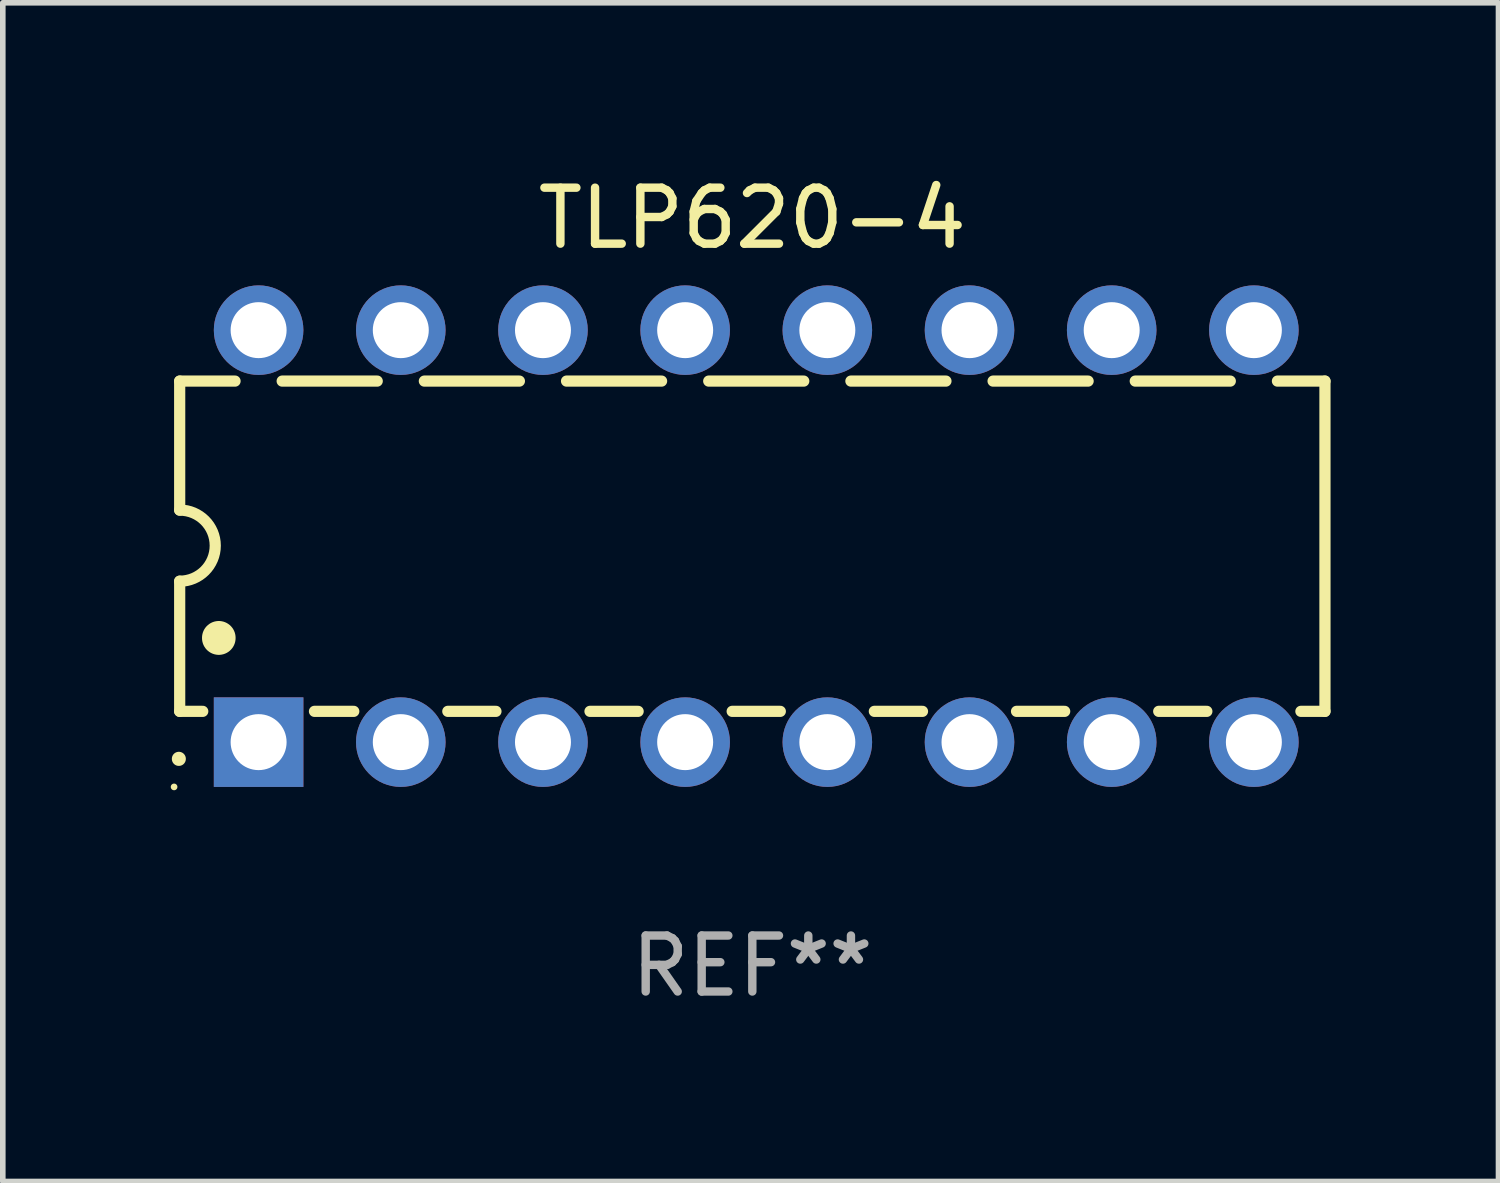
<source format=kicad_pcb>
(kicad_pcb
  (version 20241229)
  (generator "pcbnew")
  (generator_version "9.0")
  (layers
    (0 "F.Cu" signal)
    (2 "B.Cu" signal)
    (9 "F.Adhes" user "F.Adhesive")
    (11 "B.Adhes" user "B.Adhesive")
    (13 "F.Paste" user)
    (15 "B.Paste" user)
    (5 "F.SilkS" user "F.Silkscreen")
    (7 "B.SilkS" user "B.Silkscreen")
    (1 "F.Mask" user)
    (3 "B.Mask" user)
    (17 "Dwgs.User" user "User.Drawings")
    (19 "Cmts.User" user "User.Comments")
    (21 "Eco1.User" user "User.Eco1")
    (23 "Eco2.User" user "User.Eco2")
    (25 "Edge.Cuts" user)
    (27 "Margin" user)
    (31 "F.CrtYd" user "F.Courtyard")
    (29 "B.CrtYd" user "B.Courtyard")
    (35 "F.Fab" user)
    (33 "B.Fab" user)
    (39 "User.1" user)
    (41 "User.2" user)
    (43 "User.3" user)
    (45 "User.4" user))
  (footprint "TLP620-4"
    (layer "F.Cu")
    (at 10.39 6.528)
    (property "Reference" "TLP620-4" (at 0 -5.68 0) (layer "F.SilkS") (effects (font (size 1 1) (thickness 0.15))))
    (attr through_hole)
    (fp_line (start -10.23 -2.77) (end -10.23 -0.465) (stroke (width 0.2) (type solid)) (layer "F.SilkS"))
    (fp_line (start -10.23 -2.77) (end -9.241 -2.77) (stroke (width 0.2) (type solid)) (layer "F.SilkS"))
    (fp_line (start -10.23 3.13) (end -10.23 0.805) (stroke (width 0.2) (type solid)) (layer "F.SilkS"))
    (fp_line (start -10.23 3.13) (end -9.818 3.13) (stroke (width 0.2) (type solid)) (layer "F.SilkS"))
    (fp_line (start -8.399 -2.77) (end -6.701 -2.77) (stroke (width 0.2) (type solid)) (layer "F.SilkS"))
    (fp_line (start -7.822 3.13) (end -7.12 3.13) (stroke (width 0.2) (type solid)) (layer "F.SilkS"))
    (fp_line (start -5.859 -2.77) (end -4.161 -2.77) (stroke (width 0.2) (type solid)) (layer "F.SilkS"))
    (fp_line (start -5.44 3.13) (end -4.58 3.13) (stroke (width 0.2) (type solid)) (layer "F.SilkS"))
    (fp_line (start -3.319 -2.77) (end -1.621 -2.77) (stroke (width 0.2) (type solid)) (layer "F.SilkS"))
    (fp_line (start -2.9 3.13) (end -2.04 3.13) (stroke (width 0.2) (type solid)) (layer "F.SilkS"))
    (fp_line (start -0.779 -2.77) (end 0.919 -2.77) (stroke (width 0.2) (type solid)) (layer "F.SilkS"))
    (fp_line (start -0.36 3.13) (end 0.5 3.13) (stroke (width 0.2) (type solid)) (layer "F.SilkS"))
    (fp_line (start 1.761 -2.77) (end 3.459 -2.77) (stroke (width 0.2) (type solid)) (layer "F.SilkS"))
    (fp_line (start 2.18 3.13) (end 3.04 3.13) (stroke (width 0.2) (type solid)) (layer "F.SilkS"))
    (fp_line (start 4.301 -2.77) (end 5.999 -2.77) (stroke (width 0.2) (type solid)) (layer "F.SilkS"))
    (fp_line (start 4.72 3.13) (end 5.58 3.13) (stroke (width 0.2) (type solid)) (layer "F.SilkS"))
    (fp_line (start 6.841 -2.77) (end 8.539 -2.77) (stroke (width 0.2) (type solid)) (layer "F.SilkS"))
    (fp_line (start 7.26 3.13) (end 8.12 3.13) (stroke (width 0.2) (type solid)) (layer "F.SilkS"))
    (fp_line (start 9.381 -2.77) (end 10.23 -2.77) (stroke (width 0.2) (type solid)) (layer "F.SilkS"))
    (fp_line (start 10.23 -2.77) (end 10.23 3.13) (stroke (width 0.2) (type solid)) (layer "F.SilkS"))
    (fp_line (start 10.23 3.13) (end 9.8 3.13) (stroke (width 0.2) (type solid)) (layer "F.SilkS"))
    (fp_arc (start -10.244983 3.979934) (mid -10.24499 3.978664) (end -10.244983 3.977394) (stroke (width 0.25) (type solid)) (layer "F.SilkS"))
    (fp_arc (start -10.229743 -0.465076) (mid -9.594741 0.169926) (end -10.229743 0.804928) (stroke (width 0.2) (type solid)) (layer "F.SilkS"))
    (fp_arc (start -9.531242 1.82093) (mid -9.531253 1.81839) (end -9.531242 1.81585) (stroke (width 0.6) (type solid)) (layer "F.SilkS"))
    (fp_circle (center -10.33 4.48) (end -10.3 4.48) (stroke (width 0.06) (type solid)) (fill no) (layer "F.SilkS"))
    (fp_text user "REF**" (at 0 7.68 0) (layer "F.Fab") (effects (font (size 1 1) (thickness 0.15))))
    (pad "1" thru_hole rect (at -8.82 3.68) (size 1.6 1.6) (drill 1) (layers "*.Cu" "*.Mask"))
    (pad "2" thru_hole circle (at -6.28 3.68) (size 1.6 1.6) (drill 1) (layers "*.Cu" "*.Mask"))
    (pad "3" thru_hole circle (at -3.74 3.68) (size 1.6 1.6) (drill 1) (layers "*.Cu" "*.Mask"))
    (pad "4" thru_hole circle (at -1.2 3.68) (size 1.6 1.6) (drill 1) (layers "*.Cu" "*.Mask"))
    (pad "5" thru_hole circle (at 1.34 3.68) (size 1.6 1.6) (drill 1) (layers "*.Cu" "*.Mask"))
    (pad "6" thru_hole circle (at 3.88 3.68) (size 1.6 1.6) (drill 1) (layers "*.Cu" "*.Mask"))
    (pad "7" thru_hole circle (at 6.42 3.68) (size 1.6 1.6) (drill 1) (layers "*.Cu" "*.Mask"))
    (pad "8" thru_hole circle (at 8.96 3.68) (size 1.6 1.6) (drill 1) (layers "*.Cu" "*.Mask"))
    (pad "9" thru_hole circle (at 8.96 -3.68) (size 1.6 1.6) (drill 1) (layers "*.Cu" "*.Mask"))
    (pad "10" thru_hole circle (at 6.42 -3.68) (size 1.6 1.6) (drill 1) (layers "*.Cu" "*.Mask"))
    (pad "11" thru_hole circle (at 3.88 -3.68) (size 1.6 1.6) (drill 1) (layers "*.Cu" "*.Mask"))
    (pad "12" thru_hole circle (at 1.34 -3.68) (size 1.6 1.6) (drill 1) (layers "*.Cu" "*.Mask"))
    (pad "13" thru_hole circle (at -1.2 -3.68) (size 1.6 1.6) (drill 1) (layers "*.Cu" "*.Mask"))
    (pad "14" thru_hole circle (at -3.74 -3.68) (size 1.6 1.6) (drill 1) (layers "*.Cu" "*.Mask"))
    (pad "15" thru_hole circle (at -6.28 -3.68) (size 1.6 1.6) (drill 1) (layers "*.Cu" "*.Mask"))
    (pad "16" thru_hole circle (at -8.82 -3.68) (size 1.6 1.6) (drill 1) (layers "*.Cu" "*.Mask")))
  (gr_rect
    (start -3 -3)
    (end 23.72 18.056)
    (stroke (width 0.1) (type default))
    (fill no)
    (layer "Edge.Cuts")))
</source>
